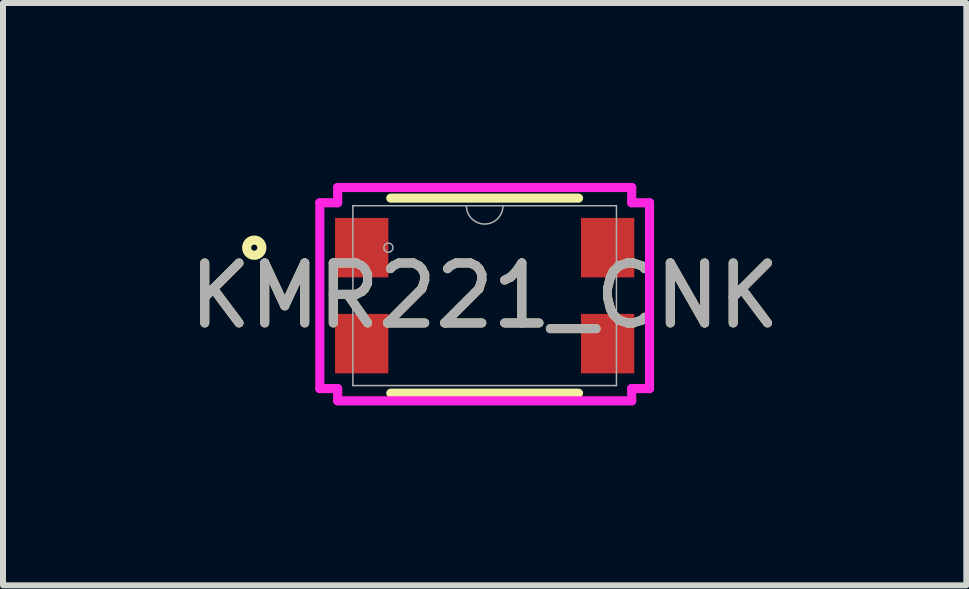
<source format=kicad_pcb>
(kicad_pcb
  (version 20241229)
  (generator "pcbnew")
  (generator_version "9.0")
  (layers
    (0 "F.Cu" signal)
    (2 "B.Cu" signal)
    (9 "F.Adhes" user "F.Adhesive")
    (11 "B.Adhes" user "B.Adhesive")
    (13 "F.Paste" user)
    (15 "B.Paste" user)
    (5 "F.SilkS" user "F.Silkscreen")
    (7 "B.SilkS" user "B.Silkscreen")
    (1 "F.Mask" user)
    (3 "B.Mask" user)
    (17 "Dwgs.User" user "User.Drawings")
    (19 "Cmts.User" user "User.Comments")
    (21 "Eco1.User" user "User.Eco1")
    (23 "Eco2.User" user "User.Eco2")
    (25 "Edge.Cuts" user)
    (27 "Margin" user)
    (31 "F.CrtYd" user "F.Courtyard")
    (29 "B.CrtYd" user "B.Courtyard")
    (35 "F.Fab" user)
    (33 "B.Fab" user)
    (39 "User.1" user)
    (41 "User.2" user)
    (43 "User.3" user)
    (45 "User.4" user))
  (footprint "KMR221_CNK"
    (layer "F.Cu")
    (at 5.03 1.879)
    (property "Reference" "KMR221_CNK" (at 0 0 0) (unlocked yes) (layer "F.SilkS") (effects (font (size 1 1) (thickness 0.15))))
    (attr smd)
    (fp_line (start -1.565 1.626) (end 1.565 1.626) (stroke (width 0.152) (type solid)) (layer "F.SilkS"))
    (fp_line (start 1.565 -1.626) (end -1.565 -1.626) (stroke (width 0.152) (type solid)) (layer "F.SilkS"))
    (fp_circle (center -3.841 -0.8) (end -3.714 -0.8) (stroke (width 0.152) (type solid)) (fill no) (layer "F.SilkS"))
    (fp_line (start -2.748 -1.549) (end -2.451 -1.549) (stroke (width 0.152) (type solid)) (layer "F.CrtYd"))
    (fp_line (start -2.748 1.549) (end -2.748 -1.549) (stroke (width 0.152) (type solid)) (layer "F.CrtYd"))
    (fp_line (start -2.748 1.549) (end -2.451 1.549) (stroke (width 0.152) (type solid)) (layer "F.CrtYd"))
    (fp_line (start -2.451 -1.803) (end 2.451 -1.803) (stroke (width 0.152) (type solid)) (layer "F.CrtYd"))
    (fp_line (start -2.451 -1.549) (end -2.451 -1.803) (stroke (width 0.152) (type solid)) (layer "F.CrtYd"))
    (fp_line (start -2.451 1.753) (end -2.451 1.549) (stroke (width 0.152) (type solid)) (layer "F.CrtYd"))
    (fp_line (start 2.451 -1.803) (end 2.451 -1.549) (stroke (width 0.152) (type solid)) (layer "F.CrtYd"))
    (fp_line (start 2.451 1.549) (end 2.451 1.753) (stroke (width 0.152) (type solid)) (layer "F.CrtYd"))
    (fp_line (start 2.451 1.753) (end -2.451 1.753) (stroke (width 0.152) (type solid)) (layer "F.CrtYd"))
    (fp_line (start 2.748 -1.549) (end 2.451 -1.549) (stroke (width 0.152) (type solid)) (layer "F.CrtYd"))
    (fp_line (start 2.748 -1.549) (end 2.748 1.549) (stroke (width 0.152) (type solid)) (layer "F.CrtYd"))
    (fp_line (start 2.748 1.549) (end 2.451 1.549) (stroke (width 0.152) (type solid)) (layer "F.CrtYd"))
    (fp_line (start -2.197 -1.499) (end -2.197 1.499) (stroke (width 0.025) (type solid)) (layer "F.Fab"))
    (fp_line (start -2.197 1.499) (end 2.197 1.499) (stroke (width 0.025) (type solid)) (layer "F.Fab"))
    (fp_line (start 2.197 -1.499) (end -2.197 -1.499) (stroke (width 0.025) (type solid)) (layer "F.Fab"))
    (fp_line (start 2.197 1.499) (end 2.197 -1.499) (stroke (width 0.025) (type solid)) (layer "F.Fab"))
    (fp_arc (start 0.3048 -1.4986) (mid 0 -1.1938) (end -0.3048 -1.4986) (stroke (width 0.0254) (type solid)) (layer "F.Fab"))
    (fp_circle (center -1.605 -0.8) (end -1.529 -0.8) (stroke (width 0.025) (type solid)) (fill no) (layer "F.Fab"))
    (fp_text user "${REFERENCE}" (at 0 0 0) (unlocked yes) (layer "F.Fab") (effects (font (size 1 1) (thickness 0.15))))
    (pad "1" smd rect (at -2.05 -0.8) (size 0.889 0.991) (layers "F.Cu" "F.Mask" "F.Paste"))
    (pad "2" smd rect (at -2.05 0.8) (size 0.889 0.991) (layers "F.Cu" "F.Mask" "F.Paste"))
    (pad "3" smd rect (at 2.05 0.8) (size 0.889 0.991) (layers "F.Cu" "F.Mask" "F.Paste"))
    (pad "4" smd rect (at 2.05 -0.8) (size 0.889 0.991) (layers "F.Cu" "F.Mask" "F.Paste")))
  (gr_rect
    (start -3 -3)
    (end 13.06 6.708)
    (stroke (width 0.1) (type default))
    (fill no)
    (layer "Edge.Cuts")))
</source>
